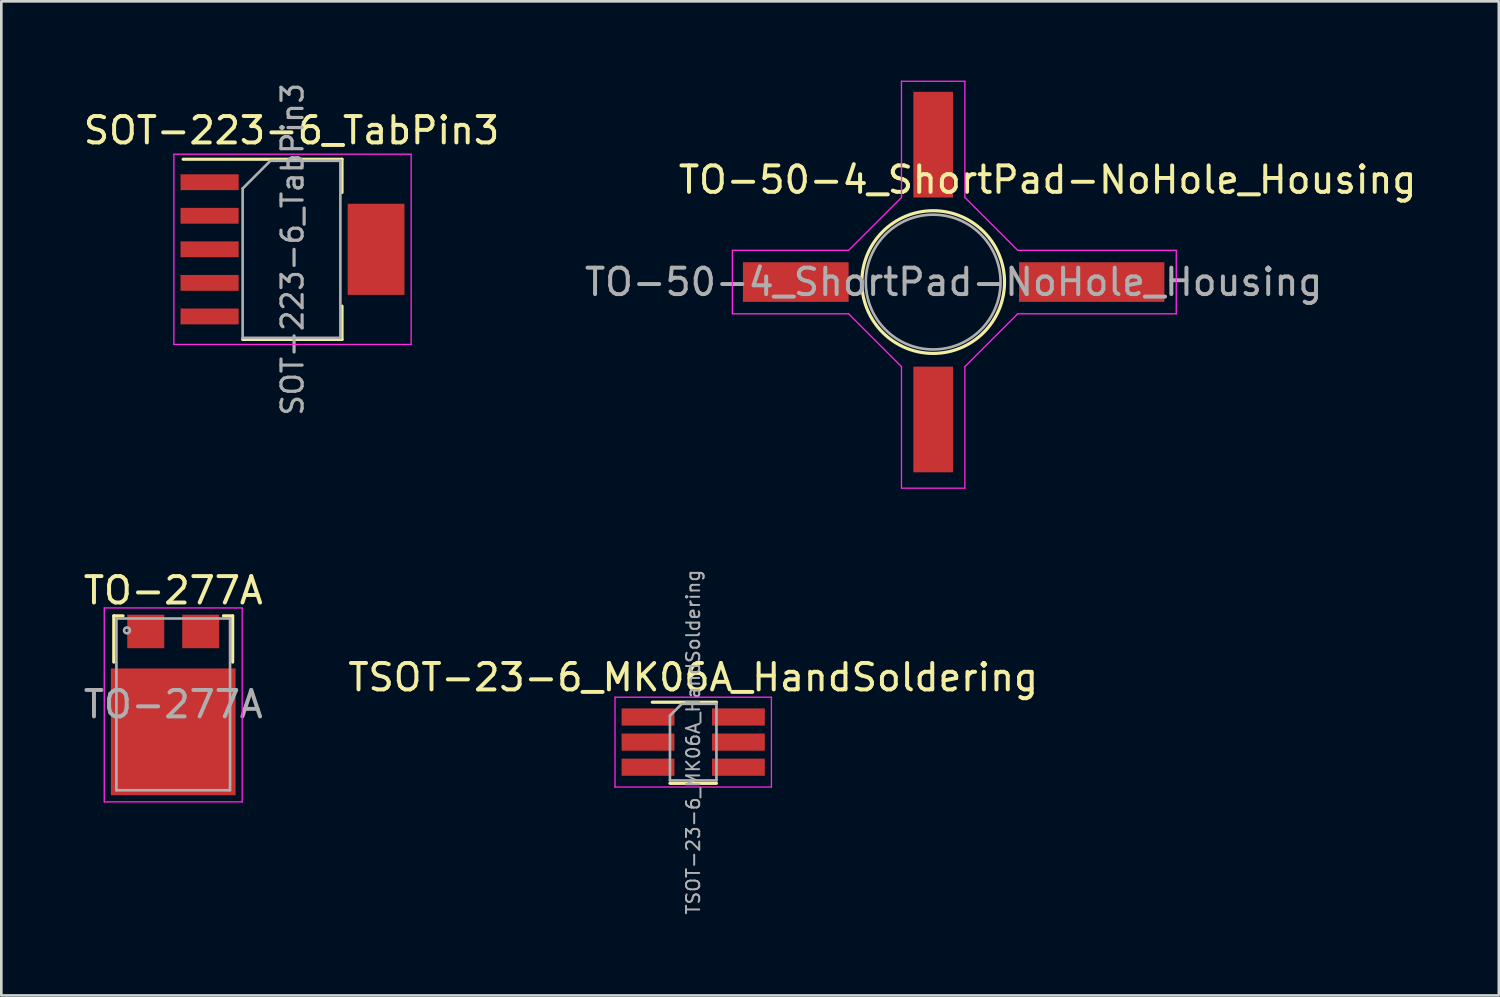
<source format=kicad_pcb>
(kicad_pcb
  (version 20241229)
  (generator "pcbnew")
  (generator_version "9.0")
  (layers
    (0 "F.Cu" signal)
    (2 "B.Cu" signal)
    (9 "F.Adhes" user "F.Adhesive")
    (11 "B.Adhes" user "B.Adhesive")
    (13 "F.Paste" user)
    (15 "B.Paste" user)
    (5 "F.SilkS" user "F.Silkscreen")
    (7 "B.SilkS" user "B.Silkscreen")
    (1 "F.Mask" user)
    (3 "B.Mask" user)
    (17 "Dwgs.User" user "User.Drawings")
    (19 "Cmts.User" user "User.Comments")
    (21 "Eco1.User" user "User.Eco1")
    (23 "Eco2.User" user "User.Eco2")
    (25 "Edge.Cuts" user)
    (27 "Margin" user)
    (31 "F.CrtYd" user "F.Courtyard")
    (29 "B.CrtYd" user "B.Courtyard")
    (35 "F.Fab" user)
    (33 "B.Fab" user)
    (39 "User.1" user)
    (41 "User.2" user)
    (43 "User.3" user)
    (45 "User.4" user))
  (footprint "TSOT-23-6_MK06A_HandSoldering"
    (layer "F.Cu")
    (at 23.185 25.036)
    (property "Reference" "TSOT-23-6_MK06A_HandSoldering" (at 0 -2.45 0) (layer "F.SilkS") (effects (font (size 1 1) (thickness 0.15))))
    (attr smd)
    (fp_line (start -0.88 1.56) (end 0.88 1.56) (stroke (width 0.12) (type solid)) (layer "F.SilkS"))
    (fp_line (start 0.88 -1.51) (end -1.55 -1.51) (stroke (width 0.12) (type solid)) (layer "F.SilkS"))
    (fp_line (start -2.96 -1.7) (end -2.96 1.7) (stroke (width 0.05) (type solid)) (layer "F.CrtYd"))
    (fp_line (start -2.96 -1.7) (end 2.96 -1.7) (stroke (width 0.05) (type solid)) (layer "F.CrtYd"))
    (fp_line (start 2.96 1.7) (end -2.96 1.7) (stroke (width 0.05) (type solid)) (layer "F.CrtYd"))
    (fp_line (start 2.96 1.7) (end 2.96 -1.7) (stroke (width 0.05) (type solid)) (layer "F.CrtYd"))
    (fp_line (start -0.88 -1) (end -0.88 1.45) (stroke (width 0.1) (type solid)) (layer "F.Fab"))
    (fp_line (start -0.88 -1) (end -0.43 -1.45) (stroke (width 0.1) (type solid)) (layer "F.Fab"))
    (fp_line (start 0.88 -1.45) (end -0.43 -1.45) (stroke (width 0.1) (type solid)) (layer "F.Fab"))
    (fp_line (start 0.88 -1.45) (end 0.88 1.45) (stroke (width 0.1) (type solid)) (layer "F.Fab"))
    (fp_line (start 0.88 1.45) (end -0.88 1.45) (stroke (width 0.1) (type solid)) (layer "F.Fab"))
    (fp_text user "${REFERENCE}" (at 0 0 90) (layer "F.Fab") (effects (font (size 0.5 0.5) (thickness 0.075))))
    (pad "1" smd rect (at -1.71 -0.95) (size 2 0.65) (layers "F.Cu" "F.Mask" "F.Paste"))
    (pad "2" smd rect (at -1.71 0) (size 2 0.65) (layers "F.Cu" "F.Mask" "F.Paste"))
    (pad "3" smd rect (at -1.71 0.95) (size 2 0.65) (layers "F.Cu" "F.Mask" "F.Paste"))
    (pad "4" smd rect (at 1.71 0.95) (size 2 0.65) (layers "F.Cu" "F.Mask" "F.Paste"))
    (pad "5" smd rect (at 1.71 0) (size 2 0.65) (layers "F.Cu" "F.Mask" "F.Paste"))
    (pad "6" smd rect (at 1.71 -0.95) (size 2 0.65) (layers "F.Cu" "F.Mask" "F.Paste")))
  (footprint "TO-50-4_ShortPad-NoHole_Housing"
    (layer "F.Cu")
    (at 32.667 7.625)
    (property "Reference" "TO-50-4_ShortPad-NoHole_Housing" (at 3.93 -3.87 0) (layer "F.SilkS") (effects (font (size 1 1) (thickness 0.15))))
    (attr smd)
    (fp_circle (center -0.4 0) (end -0.4 -2.7) (stroke (width 0.12) (type solid)) (fill no) (layer "F.SilkS"))
    (fp_line (start -8 -1.2) (end -3.6 -1.2) (stroke (width 0.05) (type solid)) (layer "F.CrtYd"))
    (fp_line (start -8 1.2) (end -8 -1.2) (stroke (width 0.05) (type solid)) (layer "F.CrtYd"))
    (fp_line (start -3.6 -1.2) (end -1.6 -3.2) (stroke (width 0.05) (type solid)) (layer "F.CrtYd"))
    (fp_line (start -3.6 1.2) (end -8 1.2) (stroke (width 0.05) (type solid)) (layer "F.CrtYd"))
    (fp_line (start -1.6 -7.6) (end 0.8 -7.6) (stroke (width 0.05) (type solid)) (layer "F.CrtYd"))
    (fp_line (start -1.6 -3.2) (end -1.6 -7.6) (stroke (width 0.05) (type solid)) (layer "F.CrtYd"))
    (fp_line (start -1.6 3.2) (end -3.6 1.2) (stroke (width 0.05) (type solid)) (layer "F.CrtYd"))
    (fp_line (start -1.6 7.8) (end -1.6 3.2) (stroke (width 0.05) (type solid)) (layer "F.CrtYd"))
    (fp_line (start 0.8 -7.6) (end 0.8 -3.2) (stroke (width 0.05) (type solid)) (layer "F.CrtYd"))
    (fp_line (start 0.8 -3.2) (end 2.8 -1.2) (stroke (width 0.05) (type solid)) (layer "F.CrtYd"))
    (fp_line (start 0.8 3.2) (end 0.8 7.8) (stroke (width 0.05) (type solid)) (layer "F.CrtYd"))
    (fp_line (start 0.8 7.8) (end -1.6 7.8) (stroke (width 0.05) (type solid)) (layer "F.CrtYd"))
    (fp_line (start 2.8 -1.2) (end 8.8 -1.2) (stroke (width 0.05) (type solid)) (layer "F.CrtYd"))
    (fp_line (start 2.8 1.2) (end 0.8 3.2) (stroke (width 0.05) (type solid)) (layer "F.CrtYd"))
    (fp_line (start 8.8 -1.2) (end 8.8 1.2) (stroke (width 0.05) (type solid)) (layer "F.CrtYd"))
    (fp_line (start 8.8 1.2) (end 2.8 1.2) (stroke (width 0.05) (type solid)) (layer "F.CrtYd"))
    (fp_circle (center -0.4 0) (end -0.35 -2.55) (stroke (width 0.1) (type solid)) (fill no) (layer "F.Fab"))
    (fp_text user "${REFERENCE}" (at 0.375 0 0) (layer "F.Fab") (effects (font (size 1 1) (thickness 0.15))))
    (pad "1" smd rect (at -5.6 0 270) (size 1.5 4) (layers "F.Cu" "F.Mask" "F.Paste"))
    (pad "2" smd rect (at -0.4 5.2 270) (size 4 1.5) (layers "F.Cu" "F.Mask" "F.Paste"))
    (pad "3" smd rect (at 5.6 0 270) (size 1.5 5.5) (layers "F.Cu" "F.Mask" "F.Paste"))
    (pad "4" smd rect (at -0.4 -5.2 270) (size 4 1.5) (layers "F.Cu" "F.Mask" "F.Paste")))
  (footprint "SOT-223-6_TabPin3"
    (layer "F.Cu")
    (at 8.02 6.386)
    (property "Reference" "SOT-223-6_TabPin3" (at -0.037 -4.5 0) (layer "F.SilkS") (effects (font (size 1 1) (thickness 0.15))))
    (attr smd)
    (fp_line (start -4.138 -3.41) (end 1.873 -3.41) (stroke (width 0.12) (type solid)) (layer "F.SilkS"))
    (fp_line (start -1.887 3.41) (end 1.873 3.41) (stroke (width 0.12) (type solid)) (layer "F.SilkS"))
    (fp_line (start 1.873 -3.41) (end 1.873 -2.15) (stroke (width 0.12) (type solid)) (layer "F.SilkS"))
    (fp_line (start 1.873 3.41) (end 1.873 2.15) (stroke (width 0.12) (type solid)) (layer "F.SilkS"))
    (fp_line (start -4.49 -3.6) (end -4.49 3.6) (stroke (width 0.05) (type solid)) (layer "F.CrtYd"))
    (fp_line (start -4.49 -3.6) (end 4.49 -3.6) (stroke (width 0.05) (type solid)) (layer "F.CrtYd"))
    (fp_line (start 4.49 3.6) (end -4.49 3.6) (stroke (width 0.05) (type solid)) (layer "F.CrtYd"))
    (fp_line (start 4.49 3.6) (end 4.49 -3.6) (stroke (width 0.05) (type solid)) (layer "F.CrtYd"))
    (fp_line (start -1.887 -2.3) (end -1.887 3.35) (stroke (width 0.1) (type solid)) (layer "F.Fab"))
    (fp_line (start -1.887 -2.3) (end -0.838 -3.35) (stroke (width 0.1) (type solid)) (layer "F.Fab"))
    (fp_line (start -1.887 3.35) (end 1.812 3.35) (stroke (width 0.1) (type solid)) (layer "F.Fab"))
    (fp_line (start -0.838 -3.35) (end 1.812 -3.35) (stroke (width 0.1) (type solid)) (layer "F.Fab"))
    (fp_line (start 1.812 -3.35) (end 1.812 3.35) (stroke (width 0.1) (type solid)) (layer "F.Fab"))
    (fp_text user "${REFERENCE}" (at 0 0 90) (layer "F.Fab") (effects (font (size 0.8 0.8) (thickness 0.12))))
    (pad "1" smd rect (at -3.138 -2.54) (size 2.2 0.6) (layers "F.Cu" "F.Mask" "F.Paste"))
    (pad "2" smd rect (at -3.138 -1.27) (size 2.2 0.6) (layers "F.Cu" "F.Mask" "F.Paste"))
    (pad "3" smd rect (at -3.138 0) (size 2.2 0.6) (layers "F.Cu" "F.Mask" "F.Paste"))
    (pad "3" smd rect (at 3.163 0) (size 2.15 3.45) (layers "F.Cu" "F.Mask" "F.Paste"))
    (pad "4" smd rect (at -3.138 1.27) (size 2.2 0.6) (layers "F.Cu" "F.Mask" "F.Paste"))
    (pad "5" smd rect (at -3.138 2.54) (size 2.2 0.6) (layers "F.Cu" "F.Mask" "F.Paste")))
  (footprint "TO-277A"
    (layer "F.Cu")
    (at 3.506 22.748)
    (property "Reference" "TO-277A" (at 0 -3.45 180) (layer "F.SilkS") (effects (font (size 1 1) (thickness 0.15))))
    (attr smd)
    (fp_line (start -2.25 -2.49) (end -2.25 -0.74) (stroke (width 0.12) (type solid)) (layer "F.SilkS"))
    (fp_line (start -1.9 -2.49) (end -2.25 -2.49) (stroke (width 0.12) (type solid)) (layer "F.SilkS"))
    (fp_line (start 2.25 -2.49) (end 1.9 -2.49) (stroke (width 0.12) (type solid)) (layer "F.SilkS"))
    (fp_line (start 2.25 -0.74) (end 2.25 -2.49) (stroke (width 0.12) (type solid)) (layer "F.SilkS"))
    (fp_line (start -2.61 -2.79) (end -2.61 4.55) (stroke (width 0.05) (type solid)) (layer "F.CrtYd"))
    (fp_line (start -2.61 -2.79) (end 2.61 -2.79) (stroke (width 0.05) (type solid)) (layer "F.CrtYd"))
    (fp_line (start 2.61 4.55) (end -2.61 4.55) (stroke (width 0.05) (type solid)) (layer "F.CrtYd"))
    (fp_line (start 2.61 4.55) (end 2.61 -2.79) (stroke (width 0.05) (type solid)) (layer "F.CrtYd"))
    (fp_line (start -2.15 -2.39) (end -2.15 4.11) (stroke (width 0.1) (type solid)) (layer "F.Fab"))
    (fp_line (start -2.15 4.11) (end 2.15 4.11) (stroke (width 0.1) (type solid)) (layer "F.Fab"))
    (fp_line (start 2.15 -2.39) (end -2.15 -2.39) (stroke (width 0.1) (type solid)) (layer "F.Fab"))
    (fp_line (start 2.15 4.11) (end 2.15 -2.39) (stroke (width 0.1) (type solid)) (layer "F.Fab"))
    (fp_circle (center -1.75 -1.94) (end -1.85 -1.99) (stroke (width 0.1) (type solid)) (fill no) (layer "F.Fab"))
    (fp_text user "${REFERENCE}" (at 0 0.86 0) (layer "F.Fab") (effects (font (size 1 1) (thickness 0.15))))
    (pad "1" smd rect (at -1.04 -1.9 180) (size 1.4 1.27) (layers "F.Cu" "F.Mask" "F.Paste"))
    (pad "2" smd rect (at 1.04 -1.9 180) (size 1.4 1.27) (layers "F.Cu" "F.Mask" "F.Paste"))
    (pad "3" smd rect (at 0 1.9 180) (size 4.72 4.8) (layers "F.Cu" "F.Mask" "F.Paste")))
  (gr_rect
    (start -3 -3)
    (end 53.674 34.623)
    (stroke (width 0.1) (type default))
    (fill no)
    (layer "Edge.Cuts")))
</source>
